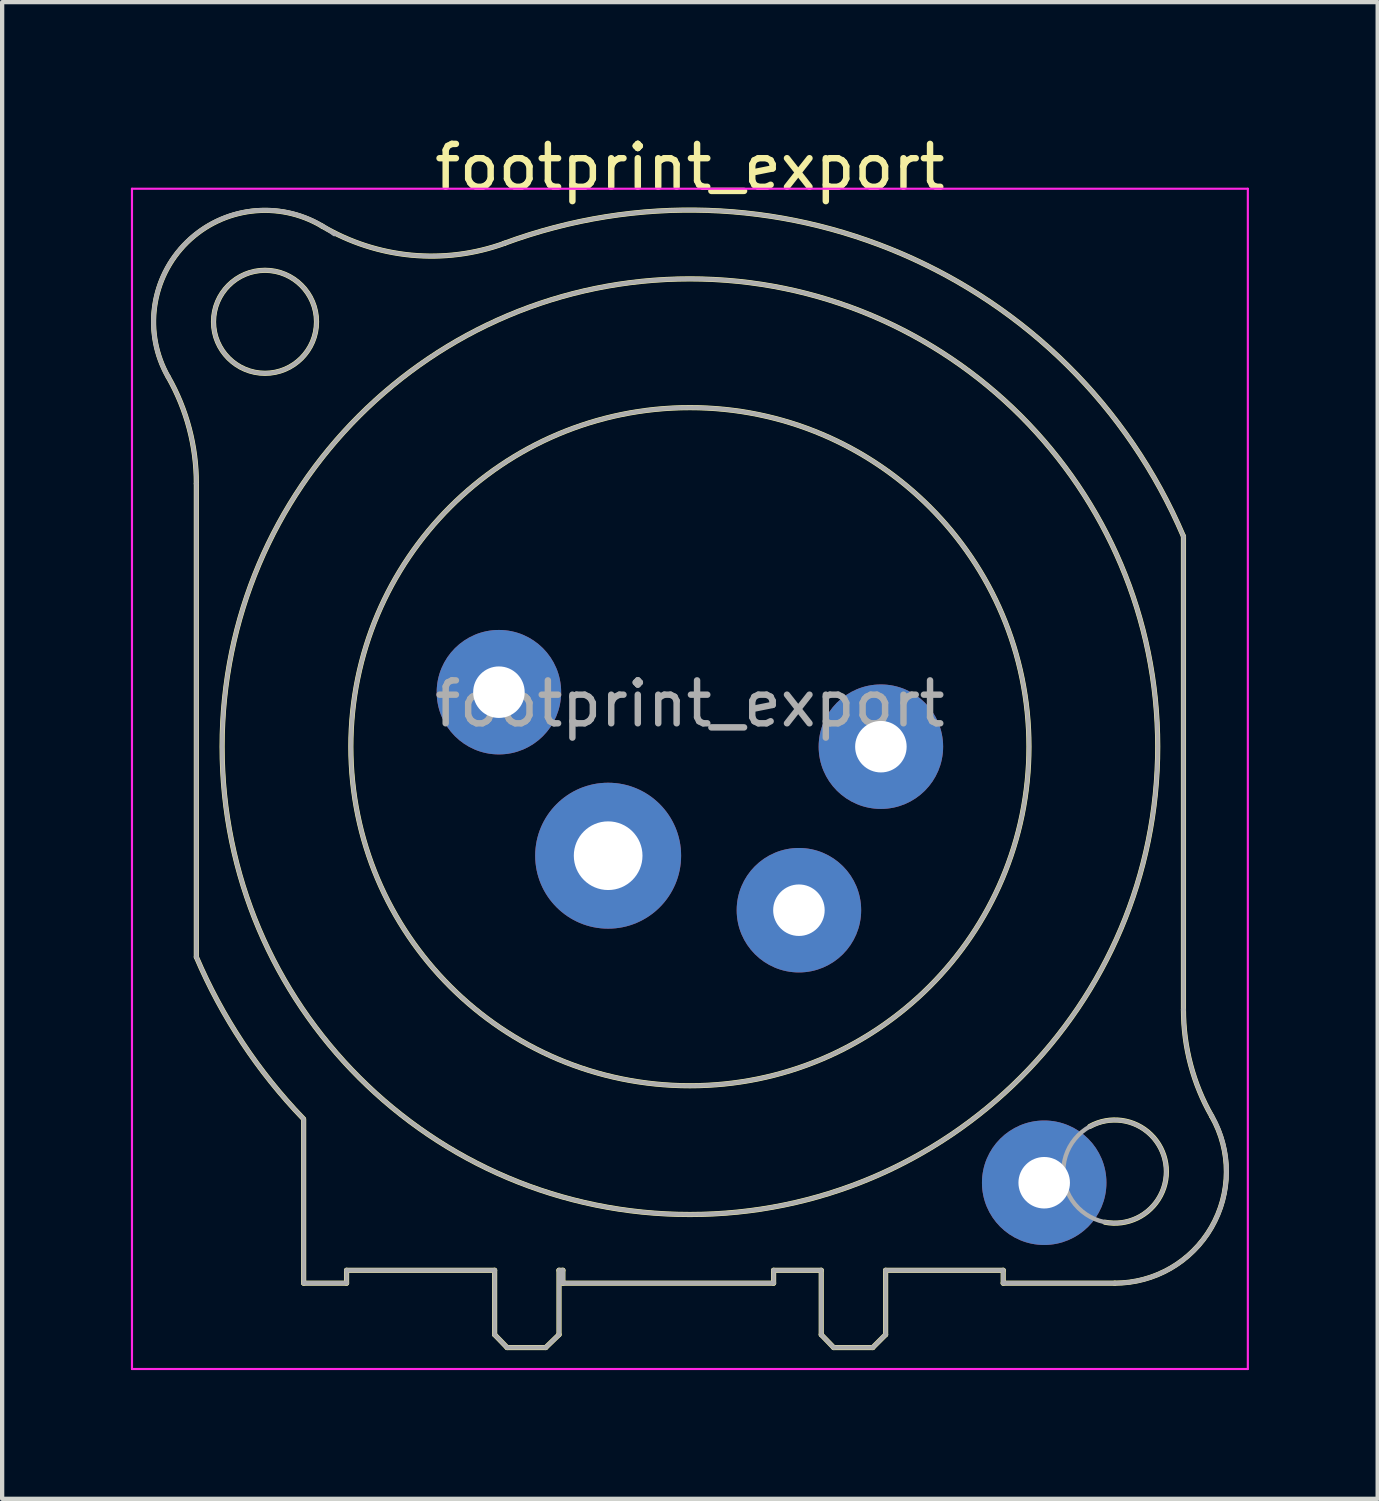
<source format=kicad_pcb>
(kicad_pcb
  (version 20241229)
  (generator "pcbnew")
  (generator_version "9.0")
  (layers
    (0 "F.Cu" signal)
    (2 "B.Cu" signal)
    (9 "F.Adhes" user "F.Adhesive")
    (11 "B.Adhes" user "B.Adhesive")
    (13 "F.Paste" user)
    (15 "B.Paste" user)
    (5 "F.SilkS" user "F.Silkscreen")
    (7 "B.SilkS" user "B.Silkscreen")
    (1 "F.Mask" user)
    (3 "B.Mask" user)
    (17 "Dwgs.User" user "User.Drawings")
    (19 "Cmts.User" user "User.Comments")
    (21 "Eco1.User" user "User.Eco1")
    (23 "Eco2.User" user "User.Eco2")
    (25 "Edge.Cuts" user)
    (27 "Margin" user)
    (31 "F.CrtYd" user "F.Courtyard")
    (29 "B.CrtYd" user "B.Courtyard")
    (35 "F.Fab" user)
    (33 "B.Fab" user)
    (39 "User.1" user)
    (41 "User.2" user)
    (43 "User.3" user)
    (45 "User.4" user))
  (footprint "footprint_export"
    (layer "F.Cu")
    (at 17.475 14.348)
    (property "Reference" "footprint_export" (at -4.45 -13.5 0) (layer "F.SilkS") (effects (font (size 1 1) (thickness 0.15))))
    (attr through_hole)
    (fp_line (start -15.95 -6.13) (end -15.95 4.9) (stroke (width 0.12) (type solid)) (layer "F.SilkS"))
    (fp_line (start -13.45 8.68) (end -13.45 12.5) (stroke (width 0.12) (type solid)) (layer "F.SilkS"))
    (fp_line (start -12.45 12.2) (end -12.45 12.5) (stroke (width 0.12) (type solid)) (layer "F.SilkS"))
    (fp_line (start -12.45 12.5) (end -13.45 12.5) (stroke (width 0.12) (type solid)) (layer "F.SilkS"))
    (fp_line (start -9 12.2) (end -12.45 12.2) (stroke (width 0.12) (type solid)) (layer "F.SilkS"))
    (fp_line (start -9 12.2) (end -9 13.7) (stroke (width 0.12) (type solid)) (layer "F.SilkS"))
    (fp_line (start -9 13.7) (end -8.71 14) (stroke (width 0.12) (type solid)) (layer "F.SilkS"))
    (fp_line (start -8.71 14) (end -7.81 14) (stroke (width 0.12) (type solid)) (layer "F.SilkS"))
    (fp_line (start -7.5 12.2) (end -7.5 13.7) (stroke (width 0.12) (type solid)) (layer "F.SilkS"))
    (fp_line (start -7.5 13.7) (end -7.81 14) (stroke (width 0.12) (type solid)) (layer "F.SilkS"))
    (fp_line (start -7.41 12.2) (end -7.5 12.2) (stroke (width 0.12) (type solid)) (layer "F.SilkS"))
    (fp_line (start -7.41 12.2) (end -7.41 12.5) (stroke (width 0.12) (type solid)) (layer "F.SilkS"))
    (fp_line (start -2.5 12.2) (end -2.5 12.5) (stroke (width 0.12) (type solid)) (layer "F.SilkS"))
    (fp_line (start -2.5 12.2) (end -1.39 12.2) (stroke (width 0.12) (type solid)) (layer "F.SilkS"))
    (fp_line (start -2.5 12.5) (end -7.41 12.5) (stroke (width 0.12) (type solid)) (layer "F.SilkS"))
    (fp_line (start -1.39 12.2) (end -1.39 13.7) (stroke (width 0.12) (type solid)) (layer "F.SilkS"))
    (fp_line (start -1.39 13.7) (end -1.1 14) (stroke (width 0.12) (type solid)) (layer "F.SilkS"))
    (fp_line (start -1.1 14) (end -0.19 14) (stroke (width 0.12) (type solid)) (layer "F.SilkS"))
    (fp_line (start 0.11 12.2) (end 0.11 13.7) (stroke (width 0.12) (type solid)) (layer "F.SilkS"))
    (fp_line (start 0.11 12.2) (end 2.85 12.2) (stroke (width 0.12) (type solid)) (layer "F.SilkS"))
    (fp_line (start 0.11 13.7) (end -0.19 14) (stroke (width 0.12) (type solid)) (layer "F.SilkS"))
    (fp_line (start 2.85 12.2) (end 2.85 12.5) (stroke (width 0.12) (type solid)) (layer "F.SilkS"))
    (fp_line (start 5.45 12.5) (end 2.85 12.5) (stroke (width 0.12) (type solid)) (layer "F.SilkS"))
    (fp_line (start 7.05 6.13) (end 7.05 -4.9) (stroke (width 0.12) (type solid)) (layer "F.SilkS"))
    (fp_arc (start -16.605678 -8.61403) (mid -16.167892 -11.753934) (end -13.02 -12.13) (stroke (width 0.12) (type solid)) (layer "F.SilkS"))
    (fp_arc (start -16.601888 -8.608607) (mid -16.114437 -7.411781) (end -15.95 -6.13) (stroke (width 0.12) (type solid)) (layer "F.SilkS"))
    (fp_arc (start -13.460471 8.664376) (mid -14.876528 6.89547) (end -15.95 4.9) (stroke (width 0.12) (type solid)) (layer "F.SilkS"))
    (fp_arc (start -8.782378 -11.725634) (mid 0.49884 -11.479067) (end 7.05 -4.9) (stroke (width 0.12) (type solid)) (layer "F.SilkS"))
    (fp_arc (start -8.765808 -11.730188) (mid -10.937772 -11.452682) (end -13.02 -12.13) (stroke (width 0.12) (type solid)) (layer "F.SilkS"))
    (fp_arc (start 4.867701 8.848226) (mid 6.637502 9.712546) (end 5.22 11.08) (stroke (width 0.12) (type solid)) (layer "F.SilkS"))
    (fp_arc (start 7.706842 8.607293) (mid 7.216999 7.411447) (end 7.05 6.13) (stroke (width 0.12) (type solid)) (layer "F.SilkS"))
    (fp_arc (start 7.708442 8.611807) (mid 7.698255 11.20589) (end 5.45 12.5) (stroke (width 0.12) (type solid)) (layer "F.SilkS"))
    (fp_circle (center -14.35 -9.9) (end -13.15 -9.9) (stroke (width 0.12) (type solid)) (fill no) (layer "F.SilkS"))
    (fp_circle (center -4.45 0) (end 3.45 0) (stroke (width 0.12) (type solid)) (fill no) (layer "F.SilkS"))
    (fp_circle (center -4.45 0) (end 6.45 0) (stroke (width 0.12) (type solid)) (fill no) (layer "F.SilkS"))
    (fp_line (start -17.45 -13) (end 8.55 -13) (stroke (width 0.05) (type solid)) (layer "F.CrtYd"))
    (fp_line (start -17.45 14.5) (end -17.45 -13) (stroke (width 0.05) (type solid)) (layer "F.CrtYd"))
    (fp_line (start 8.55 -13) (end 8.55 14.5) (stroke (width 0.05) (type solid)) (layer "F.CrtYd"))
    (fp_line (start 8.55 14.5) (end -17.45 14.5) (stroke (width 0.05) (type solid)) (layer "F.CrtYd"))
    (fp_line (start -15.95 -6.13) (end -15.95 4.9) (stroke (width 0.1) (type solid)) (layer "F.Fab"))
    (fp_line (start -13.45 8.68) (end -13.45 12.5) (stroke (width 0.1) (type solid)) (layer "F.Fab"))
    (fp_line (start -12.45 12.2) (end -12.45 12.5) (stroke (width 0.1) (type solid)) (layer "F.Fab"))
    (fp_line (start -12.45 12.5) (end -13.45 12.5) (stroke (width 0.1) (type solid)) (layer "F.Fab"))
    (fp_line (start -9 12.2) (end -12.45 12.2) (stroke (width 0.1) (type solid)) (layer "F.Fab"))
    (fp_line (start -9 12.2) (end -9 13.7) (stroke (width 0.1) (type solid)) (layer "F.Fab"))
    (fp_line (start -9 13.7) (end -8.71 14) (stroke (width 0.1) (type solid)) (layer "F.Fab"))
    (fp_line (start -8.71 14) (end -7.81 14) (stroke (width 0.1) (type solid)) (layer "F.Fab"))
    (fp_line (start -7.5 12.2) (end -7.5 13.7) (stroke (width 0.1) (type solid)) (layer "F.Fab"))
    (fp_line (start -7.5 13.7) (end -7.81 14) (stroke (width 0.1) (type solid)) (layer "F.Fab"))
    (fp_line (start -7.41 12.2) (end -7.5 12.2) (stroke (width 0.1) (type solid)) (layer "F.Fab"))
    (fp_line (start -7.41 12.2) (end -7.41 12.5) (stroke (width 0.1) (type solid)) (layer "F.Fab"))
    (fp_line (start -2.5 12.2) (end -2.5 12.5) (stroke (width 0.1) (type solid)) (layer "F.Fab"))
    (fp_line (start -2.5 12.2) (end -1.39 12.2) (stroke (width 0.1) (type solid)) (layer "F.Fab"))
    (fp_line (start -2.5 12.5) (end -7.41 12.5) (stroke (width 0.1) (type solid)) (layer "F.Fab"))
    (fp_line (start -1.39 12.2) (end -1.39 13.7) (stroke (width 0.1) (type solid)) (layer "F.Fab"))
    (fp_line (start -1.39 13.7) (end -1.1 14) (stroke (width 0.1) (type solid)) (layer "F.Fab"))
    (fp_line (start -1.1 14) (end -0.19 14) (stroke (width 0.1) (type solid)) (layer "F.Fab"))
    (fp_line (start 0.11 12.2) (end 0.11 13.7) (stroke (width 0.1) (type solid)) (layer "F.Fab"))
    (fp_line (start 0.11 12.2) (end 2.85 12.2) (stroke (width 0.1) (type solid)) (layer "F.Fab"))
    (fp_line (start 0.11 13.7) (end -0.19 14) (stroke (width 0.1) (type solid)) (layer "F.Fab"))
    (fp_line (start 2.85 12.2) (end 2.85 12.5) (stroke (width 0.1) (type solid)) (layer "F.Fab"))
    (fp_line (start 5.45 12.5) (end 2.85 12.5) (stroke (width 0.1) (type solid)) (layer "F.Fab"))
    (fp_line (start 7.05 6.13) (end 7.05 -4.9) (stroke (width 0.1) (type solid)) (layer "F.Fab"))
    (fp_arc (start -16.605678 -8.61403) (mid -16.167892 -11.753934) (end -13.02 -12.13) (stroke (width 0.1) (type solid)) (layer "F.Fab"))
    (fp_arc (start -16.601888 -8.608607) (mid -16.114437 -7.411781) (end -15.95 -6.13) (stroke (width 0.1) (type solid)) (layer "F.Fab"))
    (fp_arc (start -16.58 -8.57) (mid -16.063921 -11.858868) (end -12.735849 -11.942067) (stroke (width 0.1) (type solid)) (layer "F.Fab"))
    (fp_arc (start -13.460471 8.664376) (mid -14.876528 6.89547) (end -15.95 4.9) (stroke (width 0.1) (type solid)) (layer "F.Fab"))
    (fp_arc (start -8.782378 -11.725634) (mid 0.49884 -11.479067) (end 7.05 -4.9) (stroke (width 0.1) (type solid)) (layer "F.Fab"))
    (fp_arc (start -8.765808 -11.730188) (mid -10.937772 -11.452682) (end -13.02 -12.13) (stroke (width 0.1) (type solid)) (layer "F.Fab"))
    (fp_arc (start 7.66 8.516) (mid 7.72753 11.159357) (end 5.448337 12.499945) (stroke (width 0.1) (type solid)) (layer "F.Fab"))
    (fp_arc (start 7.706842 8.607293) (mid 7.216999 7.411447) (end 7.05 6.13) (stroke (width 0.1) (type solid)) (layer "F.Fab"))
    (fp_arc (start 7.708442 8.611807) (mid 7.698255 11.20589) (end 5.45 12.5) (stroke (width 0.1) (type solid)) (layer "F.Fab"))
    (fp_circle (center -14.35 -9.9) (end -13.15 -9.9) (stroke (width 0.1) (type solid)) (fill no) (layer "F.Fab"))
    (fp_circle (center -4.45 0) (end 3.45 0) (stroke (width 0.1) (type solid)) (fill no) (layer "F.Fab"))
    (fp_circle (center -4.45 0) (end 6.45 0) (stroke (width 0.1) (type solid)) (fill no) (layer "F.Fab"))
    (fp_circle (center 5.45 9.9) (end 6.65 9.9) (stroke (width 0.1) (type solid)) (fill no) (layer "F.Fab"))
    (fp_text user "${REFERENCE}" (at -4.45 -1 0) (layer "F.Fab") (effects (font (size 1 1) (thickness 0.15))))
    (pad "1" thru_hole circle (at 0 0) (size 2.9 2.9) (drill 1.2) (layers "*.Cu" "*.Mask"))
    (pad "2" thru_hole circle (at -1.91 3.81) (size 2.9 2.9) (drill 1.2) (layers "*.Cu" "*.Mask"))
    (pad "3" thru_hole circle (at -6.355 2.54) (size 3.4 3.4) (drill 1.6) (layers "*.Cu" "*.Mask"))
    (pad "4" thru_hole circle (at -8.9 -1.27) (size 2.9 2.9) (drill 1.2) (layers "*.Cu" "*.Mask"))
    (pad "G" thru_hole circle (at 3.805 10.16) (size 2.9 2.9) (drill 1.2) (layers "*.Cu" "*.Mask")))
  (gr_rect
    (start -3 -3)
    (end 29.05 31.873)
    (stroke (width 0.1) (type default))
    (fill no)
    (layer "Edge.Cuts")))
</source>
